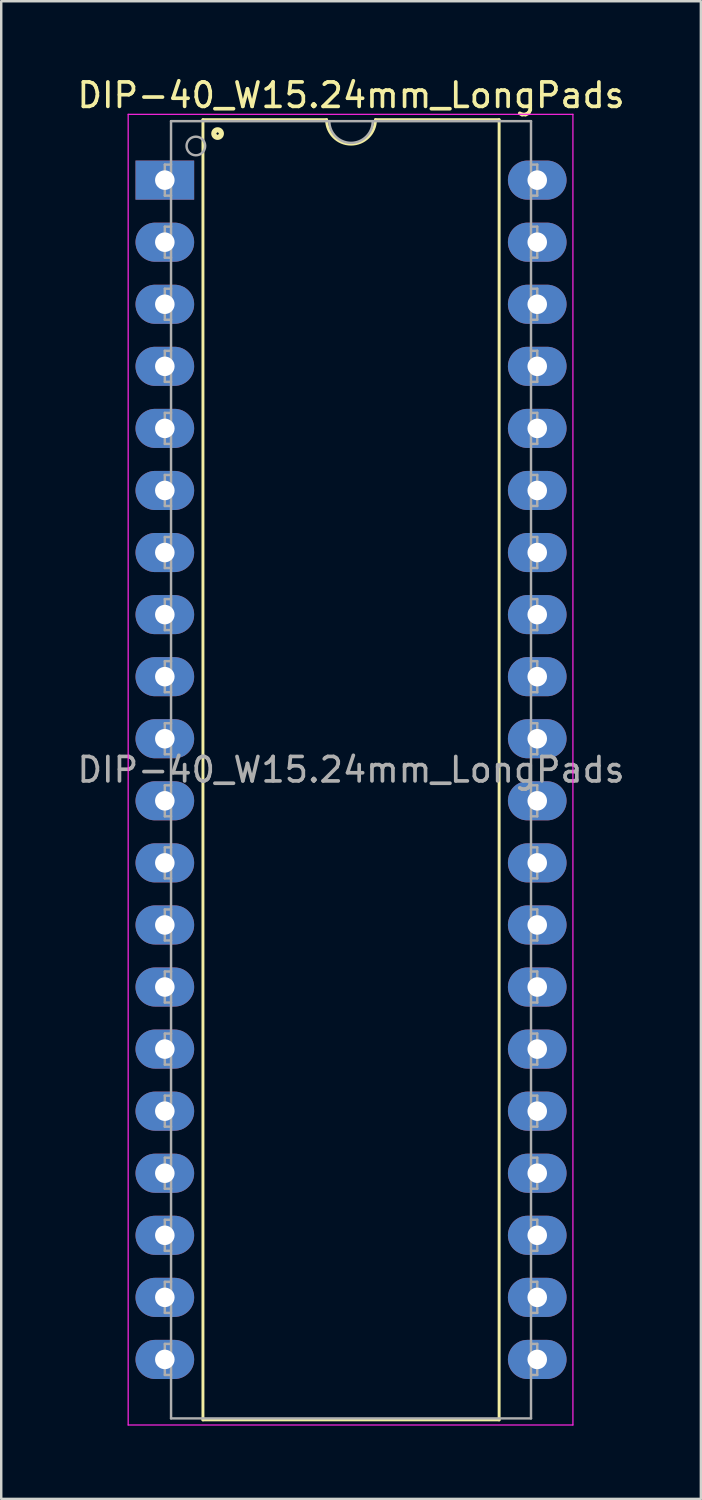
<source format=kicad_pcb>
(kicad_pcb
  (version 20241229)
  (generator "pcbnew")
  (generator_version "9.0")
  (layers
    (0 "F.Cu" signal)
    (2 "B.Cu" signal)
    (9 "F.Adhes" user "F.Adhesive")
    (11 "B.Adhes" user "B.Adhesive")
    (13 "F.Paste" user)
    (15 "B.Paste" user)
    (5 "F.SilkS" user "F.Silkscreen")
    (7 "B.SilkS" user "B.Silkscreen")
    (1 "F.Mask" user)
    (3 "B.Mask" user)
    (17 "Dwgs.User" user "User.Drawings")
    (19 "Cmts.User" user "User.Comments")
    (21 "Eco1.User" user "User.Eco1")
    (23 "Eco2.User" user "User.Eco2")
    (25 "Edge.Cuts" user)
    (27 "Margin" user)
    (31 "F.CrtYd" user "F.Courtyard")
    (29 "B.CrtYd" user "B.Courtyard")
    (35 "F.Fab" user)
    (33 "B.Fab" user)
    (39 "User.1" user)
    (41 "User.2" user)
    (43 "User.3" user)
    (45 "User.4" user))
  (footprint "DIP-40_W15.24mm_LongPads"
    (layer "F.Cu")
    (at 3.695 4.321)
    (property "Reference" "DIP-40_W15.24mm_LongPads" (at 7.62 -3.473 0) (layer "F.SilkS") (effects (font (size 1 1) (thickness 0.15))))
    (attr through_hole)
    (fp_line (start 1.56 -2.473) (end 1.56 50.733) (stroke (width 0.12) (type solid)) (layer "F.SilkS"))
    (fp_line (start 1.56 50.733) (end 13.68 50.733) (stroke (width 0.12) (type solid)) (layer "F.SilkS"))
    (fp_line (start 6.62 -2.473) (end 1.56 -2.473) (stroke (width 0.12) (type solid)) (layer "F.SilkS"))
    (fp_line (start 13.68 -2.473) (end 8.62 -2.473) (stroke (width 0.12) (type solid)) (layer "F.SilkS"))
    (fp_line (start 13.68 50.733) (end 13.68 -2.473) (stroke (width 0.12) (type solid)) (layer "F.SilkS"))
    (fp_arc (start 8.62 -2.473) (mid 7.62 -1.473) (end 6.62 -2.473) (stroke (width 0.12) (type solid)) (layer "F.SilkS"))
    (fp_circle (center 2.159 -1.905) (end 2.209 -1.905) (stroke (width 0.12) (type solid)) (fill no) (layer "F.SilkS"))
    (fp_circle (center 2.159 -1.905) (end 2.284 -1.905) (stroke (width 0.12) (type solid)) (fill no) (layer "F.SilkS"))
    (fp_circle (center 2.159 -1.905) (end 2.359 -1.905) (stroke (width 0.12) (type solid)) (fill no) (layer "F.SilkS"))
    (fp_line (start -1.5 -2.693) (end -1.5 50.943) (stroke (width 0.05) (type solid)) (layer "F.CrtYd"))
    (fp_line (start -1.5 50.943) (end 16.7 50.943) (stroke (width 0.05) (type solid)) (layer "F.CrtYd"))
    (fp_line (start 16.7 -2.693) (end -1.5 -2.693) (stroke (width 0.05) (type solid)) (layer "F.CrtYd"))
    (fp_line (start 16.7 50.943) (end 16.7 -2.693) (stroke (width 0.05) (type solid)) (layer "F.CrtYd"))
    (fp_line (start 0 -0.635) (end 0 0.635) (stroke (width 0.1) (type solid)) (layer "F.Fab"))
    (fp_line (start 0 -0.635) (end 0.254 -0.635) (stroke (width 0.1) (type solid)) (layer "F.Fab"))
    (fp_line (start 0 0.635) (end 0.254 0.635) (stroke (width 0.1) (type solid)) (layer "F.Fab"))
    (fp_line (start 0 1.905) (end 0 3.175) (stroke (width 0.1) (type solid)) (layer "F.Fab"))
    (fp_line (start 0 1.905) (end 0.254 1.905) (stroke (width 0.1) (type solid)) (layer "F.Fab"))
    (fp_line (start 0 3.175) (end 0.254 3.175) (stroke (width 0.1) (type solid)) (layer "F.Fab"))
    (fp_line (start 0 4.445) (end 0 5.715) (stroke (width 0.1) (type solid)) (layer "F.Fab"))
    (fp_line (start 0 4.445) (end 0.254 4.445) (stroke (width 0.1) (type solid)) (layer "F.Fab"))
    (fp_line (start 0 5.715) (end 0.254 5.715) (stroke (width 0.1) (type solid)) (layer "F.Fab"))
    (fp_line (start 0 6.985) (end 0 8.255) (stroke (width 0.1) (type solid)) (layer "F.Fab"))
    (fp_line (start 0 6.985) (end 0.254 6.985) (stroke (width 0.1) (type solid)) (layer "F.Fab"))
    (fp_line (start 0 8.255) (end 0.254 8.255) (stroke (width 0.1) (type solid)) (layer "F.Fab"))
    (fp_line (start 0 9.525) (end 0 10.795) (stroke (width 0.1) (type solid)) (layer "F.Fab"))
    (fp_line (start 0 9.525) (end 0.254 9.525) (stroke (width 0.1) (type solid)) (layer "F.Fab"))
    (fp_line (start 0 10.795) (end 0.254 10.795) (stroke (width 0.1) (type solid)) (layer "F.Fab"))
    (fp_line (start 0 12.065) (end 0 13.335) (stroke (width 0.1) (type solid)) (layer "F.Fab"))
    (fp_line (start 0 12.065) (end 0.254 12.065) (stroke (width 0.1) (type solid)) (layer "F.Fab"))
    (fp_line (start 0 13.335) (end 0.254 13.335) (stroke (width 0.1) (type solid)) (layer "F.Fab"))
    (fp_line (start 0 14.605) (end 0 15.875) (stroke (width 0.1) (type solid)) (layer "F.Fab"))
    (fp_line (start 0 14.605) (end 0.254 14.605) (stroke (width 0.1) (type solid)) (layer "F.Fab"))
    (fp_line (start 0 15.875) (end 0.254 15.875) (stroke (width 0.1) (type solid)) (layer "F.Fab"))
    (fp_line (start 0 17.145) (end 0 18.415) (stroke (width 0.1) (type solid)) (layer "F.Fab"))
    (fp_line (start 0 17.145) (end 0.254 17.145) (stroke (width 0.1) (type solid)) (layer "F.Fab"))
    (fp_line (start 0 18.415) (end 0.254 18.415) (stroke (width 0.1) (type solid)) (layer "F.Fab"))
    (fp_line (start 0 19.685) (end 0 20.955) (stroke (width 0.1) (type solid)) (layer "F.Fab"))
    (fp_line (start 0 19.685) (end 0.254 19.685) (stroke (width 0.1) (type solid)) (layer "F.Fab"))
    (fp_line (start 0 20.955) (end 0.254 20.955) (stroke (width 0.1) (type solid)) (layer "F.Fab"))
    (fp_line (start 0 22.225) (end 0 23.495) (stroke (width 0.1) (type solid)) (layer "F.Fab"))
    (fp_line (start 0 22.225) (end 0.254 22.225) (stroke (width 0.1) (type solid)) (layer "F.Fab"))
    (fp_line (start 0 23.495) (end 0.254 23.495) (stroke (width 0.1) (type solid)) (layer "F.Fab"))
    (fp_line (start 0 24.765) (end 0 26.035) (stroke (width 0.1) (type solid)) (layer "F.Fab"))
    (fp_line (start 0 24.765) (end 0.254 24.765) (stroke (width 0.1) (type solid)) (layer "F.Fab"))
    (fp_line (start 0 26.035) (end 0.254 26.035) (stroke (width 0.1) (type solid)) (layer "F.Fab"))
    (fp_line (start 0 27.305) (end 0 28.575) (stroke (width 0.1) (type solid)) (layer "F.Fab"))
    (fp_line (start 0 27.305) (end 0.254 27.305) (stroke (width 0.1) (type solid)) (layer "F.Fab"))
    (fp_line (start 0 28.575) (end 0.254 28.575) (stroke (width 0.1) (type solid)) (layer "F.Fab"))
    (fp_line (start 0 29.845) (end 0 31.115) (stroke (width 0.1) (type solid)) (layer "F.Fab"))
    (fp_line (start 0 29.845) (end 0.254 29.845) (stroke (width 0.1) (type solid)) (layer "F.Fab"))
    (fp_line (start 0 31.115) (end 0.254 31.115) (stroke (width 0.1) (type solid)) (layer "F.Fab"))
    (fp_line (start 0 32.385) (end 0 33.655) (stroke (width 0.1) (type solid)) (layer "F.Fab"))
    (fp_line (start 0 32.385) (end 0.254 32.385) (stroke (width 0.1) (type solid)) (layer "F.Fab"))
    (fp_line (start 0 33.655) (end 0.254 33.655) (stroke (width 0.1) (type solid)) (layer "F.Fab"))
    (fp_line (start 0 34.925) (end 0 36.195) (stroke (width 0.1) (type solid)) (layer "F.Fab"))
    (fp_line (start 0 34.925) (end 0.254 34.925) (stroke (width 0.1) (type solid)) (layer "F.Fab"))
    (fp_line (start 0 36.195) (end 0.254 36.195) (stroke (width 0.1) (type solid)) (layer "F.Fab"))
    (fp_line (start 0 37.465) (end 0 38.735) (stroke (width 0.1) (type solid)) (layer "F.Fab"))
    (fp_line (start 0 37.465) (end 0.254 37.465) (stroke (width 0.1) (type solid)) (layer "F.Fab"))
    (fp_line (start 0 38.735) (end 0.254 38.735) (stroke (width 0.1) (type solid)) (layer "F.Fab"))
    (fp_line (start 0 40.005) (end 0 41.275) (stroke (width 0.1) (type solid)) (layer "F.Fab"))
    (fp_line (start 0 40.005) (end 0.254 40.005) (stroke (width 0.1) (type solid)) (layer "F.Fab"))
    (fp_line (start 0 41.275) (end 0.254 41.275) (stroke (width 0.1) (type solid)) (layer "F.Fab"))
    (fp_line (start 0 42.545) (end 0 43.815) (stroke (width 0.1) (type solid)) (layer "F.Fab"))
    (fp_line (start 0 42.545) (end 0.254 42.545) (stroke (width 0.1) (type solid)) (layer "F.Fab"))
    (fp_line (start 0 43.815) (end 0.254 43.815) (stroke (width 0.1) (type solid)) (layer "F.Fab"))
    (fp_line (start 0 45.085) (end 0 46.355) (stroke (width 0.1) (type solid)) (layer "F.Fab"))
    (fp_line (start 0 45.085) (end 0.254 45.085) (stroke (width 0.1) (type solid)) (layer "F.Fab"))
    (fp_line (start 0 46.355) (end 0.254 46.355) (stroke (width 0.1) (type solid)) (layer "F.Fab"))
    (fp_line (start 0 47.625) (end 0 48.895) (stroke (width 0.1) (type solid)) (layer "F.Fab"))
    (fp_line (start 0 47.625) (end 0.254 47.625) (stroke (width 0.1) (type solid)) (layer "F.Fab"))
    (fp_line (start 0 48.895) (end 0.254 48.895) (stroke (width 0.1) (type solid)) (layer "F.Fab"))
    (fp_line (start 0.254 -2.413) (end 14.985 -2.413) (stroke (width 0.1) (type solid)) (layer "F.Fab"))
    (fp_line (start 0.255 50.673) (end 0.254 -2.413) (stroke (width 0.1) (type solid)) (layer "F.Fab"))
    (fp_line (start 14.985 -2.413) (end 14.985 50.673) (stroke (width 0.1) (type solid)) (layer "F.Fab"))
    (fp_line (start 14.985 50.673) (end 0.255 50.673) (stroke (width 0.1) (type solid)) (layer "F.Fab"))
    (fp_line (start 15.24 -0.635) (end 14.986 -0.635) (stroke (width 0.1) (type solid)) (layer "F.Fab"))
    (fp_line (start 15.24 0.635) (end 14.986 0.635) (stroke (width 0.1) (type solid)) (layer "F.Fab"))
    (fp_line (start 15.24 0.635) (end 15.24 -0.635) (stroke (width 0.1) (type solid)) (layer "F.Fab"))
    (fp_line (start 15.24 1.905) (end 14.986 1.905) (stroke (width 0.1) (type solid)) (layer "F.Fab"))
    (fp_line (start 15.24 3.175) (end 14.986 3.175) (stroke (width 0.1) (type solid)) (layer "F.Fab"))
    (fp_line (start 15.24 3.175) (end 15.24 1.905) (stroke (width 0.1) (type solid)) (layer "F.Fab"))
    (fp_line (start 15.24 4.445) (end 14.986 4.445) (stroke (width 0.1) (type solid)) (layer "F.Fab"))
    (fp_line (start 15.24 5.715) (end 14.986 5.715) (stroke (width 0.1) (type solid)) (layer "F.Fab"))
    (fp_line (start 15.24 5.715) (end 15.24 4.445) (stroke (width 0.1) (type solid)) (layer "F.Fab"))
    (fp_line (start 15.24 6.985) (end 14.986 6.985) (stroke (width 0.1) (type solid)) (layer "F.Fab"))
    (fp_line (start 15.24 8.255) (end 14.986 8.255) (stroke (width 0.1) (type solid)) (layer "F.Fab"))
    (fp_line (start 15.24 8.255) (end 15.24 6.985) (stroke (width 0.1) (type solid)) (layer "F.Fab"))
    (fp_line (start 15.24 9.525) (end 14.986 9.525) (stroke (width 0.1) (type solid)) (layer "F.Fab"))
    (fp_line (start 15.24 10.795) (end 14.986 10.795) (stroke (width 0.1) (type solid)) (layer "F.Fab"))
    (fp_line (start 15.24 10.795) (end 15.24 9.525) (stroke (width 0.1) (type solid)) (layer "F.Fab"))
    (fp_line (start 15.24 12.065) (end 14.986 12.065) (stroke (width 0.1) (type solid)) (layer "F.Fab"))
    (fp_line (start 15.24 13.335) (end 14.986 13.335) (stroke (width 0.1) (type solid)) (layer "F.Fab"))
    (fp_line (start 15.24 13.335) (end 15.24 12.065) (stroke (width 0.1) (type solid)) (layer "F.Fab"))
    (fp_line (start 15.24 14.605) (end 14.986 14.605) (stroke (width 0.1) (type solid)) (layer "F.Fab"))
    (fp_line (start 15.24 15.875) (end 14.986 15.875) (stroke (width 0.1) (type solid)) (layer "F.Fab"))
    (fp_line (start 15.24 15.875) (end 15.24 14.605) (stroke (width 0.1) (type solid)) (layer "F.Fab"))
    (fp_line (start 15.24 17.145) (end 14.986 17.145) (stroke (width 0.1) (type solid)) (layer "F.Fab"))
    (fp_line (start 15.24 18.415) (end 14.986 18.415) (stroke (width 0.1) (type solid)) (layer "F.Fab"))
    (fp_line (start 15.24 18.415) (end 15.24 17.145) (stroke (width 0.1) (type solid)) (layer "F.Fab"))
    (fp_line (start 15.24 19.685) (end 14.986 19.685) (stroke (width 0.1) (type solid)) (layer "F.Fab"))
    (fp_line (start 15.24 20.955) (end 14.986 20.955) (stroke (width 0.1) (type solid)) (layer "F.Fab"))
    (fp_line (start 15.24 20.955) (end 15.24 19.685) (stroke (width 0.1) (type solid)) (layer "F.Fab"))
    (fp_line (start 15.24 22.225) (end 14.986 22.225) (stroke (width 0.1) (type solid)) (layer "F.Fab"))
    (fp_line (start 15.24 23.495) (end 14.986 23.495) (stroke (width 0.1) (type solid)) (layer "F.Fab"))
    (fp_line (start 15.24 23.495) (end 15.24 22.225) (stroke (width 0.1) (type solid)) (layer "F.Fab"))
    (fp_line (start 15.24 24.765) (end 14.986 24.765) (stroke (width 0.1) (type solid)) (layer "F.Fab"))
    (fp_line (start 15.24 26.035) (end 14.986 26.035) (stroke (width 0.1) (type solid)) (layer "F.Fab"))
    (fp_line (start 15.24 26.035) (end 15.24 24.765) (stroke (width 0.1) (type solid)) (layer "F.Fab"))
    (fp_line (start 15.24 27.305) (end 14.986 27.305) (stroke (width 0.1) (type solid)) (layer "F.Fab"))
    (fp_line (start 15.24 28.575) (end 14.986 28.575) (stroke (width 0.1) (type solid)) (layer "F.Fab"))
    (fp_line (start 15.24 28.575) (end 15.24 27.305) (stroke (width 0.1) (type solid)) (layer "F.Fab"))
    (fp_line (start 15.24 29.845) (end 14.986 29.845) (stroke (width 0.1) (type solid)) (layer "F.Fab"))
    (fp_line (start 15.24 31.115) (end 14.986 31.115) (stroke (width 0.1) (type solid)) (layer "F.Fab"))
    (fp_line (start 15.24 31.115) (end 15.24 29.845) (stroke (width 0.1) (type solid)) (layer "F.Fab"))
    (fp_line (start 15.24 32.385) (end 14.986 32.385) (stroke (width 0.1) (type solid)) (layer "F.Fab"))
    (fp_line (start 15.24 33.655) (end 14.986 33.655) (stroke (width 0.1) (type solid)) (layer "F.Fab"))
    (fp_line (start 15.24 33.655) (end 15.24 32.385) (stroke (width 0.1) (type solid)) (layer "F.Fab"))
    (fp_line (start 15.24 34.925) (end 14.986 34.925) (stroke (width 0.1) (type solid)) (layer "F.Fab"))
    (fp_line (start 15.24 36.195) (end 14.986 36.195) (stroke (width 0.1) (type solid)) (layer "F.Fab"))
    (fp_line (start 15.24 36.195) (end 15.24 34.925) (stroke (width 0.1) (type solid)) (layer "F.Fab"))
    (fp_line (start 15.24 37.465) (end 14.986 37.465) (stroke (width 0.1) (type solid)) (layer "F.Fab"))
    (fp_line (start 15.24 38.735) (end 14.986 38.735) (stroke (width 0.1) (type solid)) (layer "F.Fab"))
    (fp_line (start 15.24 38.735) (end 15.24 37.465) (stroke (width 0.1) (type solid)) (layer "F.Fab"))
    (fp_line (start 15.24 40.005) (end 14.986 40.005) (stroke (width 0.1) (type solid)) (layer "F.Fab"))
    (fp_line (start 15.24 41.275) (end 14.986 41.275) (stroke (width 0.1) (type solid)) (layer "F.Fab"))
    (fp_line (start 15.24 41.275) (end 15.24 40.005) (stroke (width 0.1) (type solid)) (layer "F.Fab"))
    (fp_line (start 15.24 42.545) (end 14.986 42.545) (stroke (width 0.1) (type solid)) (layer "F.Fab"))
    (fp_line (start 15.24 43.815) (end 14.986 43.815) (stroke (width 0.1) (type solid)) (layer "F.Fab"))
    (fp_line (start 15.24 43.815) (end 15.24 42.545) (stroke (width 0.1) (type solid)) (layer "F.Fab"))
    (fp_line (start 15.24 45.085) (end 14.986 45.085) (stroke (width 0.1) (type solid)) (layer "F.Fab"))
    (fp_line (start 15.24 46.355) (end 14.986 46.355) (stroke (width 0.1) (type solid)) (layer "F.Fab"))
    (fp_line (start 15.24 46.355) (end 15.24 45.085) (stroke (width 0.1) (type solid)) (layer "F.Fab"))
    (fp_line (start 15.24 47.625) (end 14.986 47.625) (stroke (width 0.1) (type solid)) (layer "F.Fab"))
    (fp_line (start 15.24 48.895) (end 14.986 48.895) (stroke (width 0.1) (type solid)) (layer "F.Fab"))
    (fp_line (start 15.24 48.895) (end 15.24 47.625) (stroke (width 0.1) (type solid)) (layer "F.Fab"))
    (fp_arc (start 8.509 -2.413) (mid 7.62 -1.524) (end 6.731 -2.413) (stroke (width 0.1) (type solid)) (layer "F.Fab"))
    (fp_circle (center 1.27 -1.397) (end 1.651 -1.397) (stroke (width 0.1) (type solid)) (fill no) (layer "F.Fab"))
    (fp_text user "${REFERENCE}" (at 7.62 24.13 0) (layer "F.Fab") (effects (font (size 1 1) (thickness 0.15))))
    (pad "1" thru_hole rect (at 0 0) (size 2.4 1.6) (drill 0.8) (layers "*.Cu" "*.Mask"))
    (pad "2" thru_hole oval (at 0 2.54) (size 2.4 1.6) (drill 0.8) (layers "*.Cu" "*.Mask"))
    (pad "3" thru_hole oval (at 0 5.08) (size 2.4 1.6) (drill 0.8) (layers "*.Cu" "*.Mask"))
    (pad "4" thru_hole oval (at 0 7.62) (size 2.4 1.6) (drill 0.8) (layers "*.Cu" "*.Mask"))
    (pad "5" thru_hole oval (at 0 10.16) (size 2.4 1.6) (drill 0.8) (layers "*.Cu" "*.Mask"))
    (pad "6" thru_hole oval (at 0 12.7) (size 2.4 1.6) (drill 0.8) (layers "*.Cu" "*.Mask"))
    (pad "7" thru_hole oval (at 0 15.24) (size 2.4 1.6) (drill 0.8) (layers "*.Cu" "*.Mask"))
    (pad "8" thru_hole oval (at 0 17.78) (size 2.4 1.6) (drill 0.8) (layers "*.Cu" "*.Mask"))
    (pad "9" thru_hole oval (at 0 20.32) (size 2.4 1.6) (drill 0.8) (layers "*.Cu" "*.Mask"))
    (pad "10" thru_hole oval (at 0 22.86) (size 2.4 1.6) (drill 0.8) (layers "*.Cu" "*.Mask"))
    (pad "11" thru_hole oval (at 0 25.4) (size 2.4 1.6) (drill 0.8) (layers "*.Cu" "*.Mask"))
    (pad "12" thru_hole oval (at 0 27.94) (size 2.4 1.6) (drill 0.8) (layers "*.Cu" "*.Mask"))
    (pad "13" thru_hole oval (at 0 30.48) (size 2.4 1.6) (drill 0.8) (layers "*.Cu" "*.Mask"))
    (pad "14" thru_hole oval (at 0 33.02) (size 2.4 1.6) (drill 0.8) (layers "*.Cu" "*.Mask"))
    (pad "15" thru_hole oval (at 0 35.56) (size 2.4 1.6) (drill 0.8) (layers "*.Cu" "*.Mask"))
    (pad "16" thru_hole oval (at 0 38.1) (size 2.4 1.6) (drill 0.8) (layers "*.Cu" "*.Mask"))
    (pad "17" thru_hole oval (at 0 40.64) (size 2.4 1.6) (drill 0.8) (layers "*.Cu" "*.Mask"))
    (pad "18" thru_hole oval (at 0 43.18) (size 2.4 1.6) (drill 0.8) (layers "*.Cu" "*.Mask"))
    (pad "19" thru_hole oval (at 0 45.72) (size 2.4 1.6) (drill 0.8) (layers "*.Cu" "*.Mask"))
    (pad "20" thru_hole oval (at 0 48.26) (size 2.4 1.6) (drill 0.8) (layers "*.Cu" "*.Mask"))
    (pad "21" thru_hole oval (at 15.24 48.26) (size 2.4 1.6) (drill 0.8) (layers "*.Cu" "*.Mask"))
    (pad "22" thru_hole oval (at 15.24 45.72) (size 2.4 1.6) (drill 0.8) (layers "*.Cu" "*.Mask"))
    (pad "23" thru_hole oval (at 15.24 43.18) (size 2.4 1.6) (drill 0.8) (layers "*.Cu" "*.Mask"))
    (pad "24" thru_hole oval (at 15.24 40.64) (size 2.4 1.6) (drill 0.8) (layers "*.Cu" "*.Mask"))
    (pad "25" thru_hole oval (at 15.24 38.1) (size 2.4 1.6) (drill 0.8) (layers "*.Cu" "*.Mask"))
    (pad "26" thru_hole oval (at 15.24 35.56) (size 2.4 1.6) (drill 0.8) (layers "*.Cu" "*.Mask"))
    (pad "27" thru_hole oval (at 15.24 33.02) (size 2.4 1.6) (drill 0.8) (layers "*.Cu" "*.Mask"))
    (pad "28" thru_hole oval (at 15.24 30.48) (size 2.4 1.6) (drill 0.8) (layers "*.Cu" "*.Mask"))
    (pad "29" thru_hole oval (at 15.24 27.94) (size 2.4 1.6) (drill 0.8) (layers "*.Cu" "*.Mask"))
    (pad "30" thru_hole oval (at 15.24 25.4) (size 2.4 1.6) (drill 0.8) (layers "*.Cu" "*.Mask"))
    (pad "31" thru_hole oval (at 15.24 22.86) (size 2.4 1.6) (drill 0.8) (layers "*.Cu" "*.Mask"))
    (pad "32" thru_hole oval (at 15.24 20.32) (size 2.4 1.6) (drill 0.8) (layers "*.Cu" "*.Mask"))
    (pad "33" thru_hole oval (at 15.24 17.78) (size 2.4 1.6) (drill 0.8) (layers "*.Cu" "*.Mask"))
    (pad "34" thru_hole oval (at 15.24 15.24) (size 2.4 1.6) (drill 0.8) (layers "*.Cu" "*.Mask"))
    (pad "35" thru_hole oval (at 15.24 12.7) (size 2.4 1.6) (drill 0.8) (layers "*.Cu" "*.Mask"))
    (pad "36" thru_hole oval (at 15.24 10.16) (size 2.4 1.6) (drill 0.8) (layers "*.Cu" "*.Mask"))
    (pad "37" thru_hole oval (at 15.24 7.62) (size 2.4 1.6) (drill 0.8) (layers "*.Cu" "*.Mask"))
    (pad "38" thru_hole oval (at 15.24 5.08) (size 2.4 1.6) (drill 0.8) (layers "*.Cu" "*.Mask"))
    (pad "39" thru_hole oval (at 15.24 2.54) (size 2.4 1.6) (drill 0.8) (layers "*.Cu" "*.Mask"))
    (pad "40" thru_hole oval (at 15.24 0) (size 2.4 1.6) (drill 0.8) (layers "*.Cu" "*.Mask")))
  (gr_rect
    (start -3 -3)
    (end 25.631 58.289)
    (stroke (width 0.1) (type default))
    (fill no)
    (layer "Edge.Cuts")))
</source>
